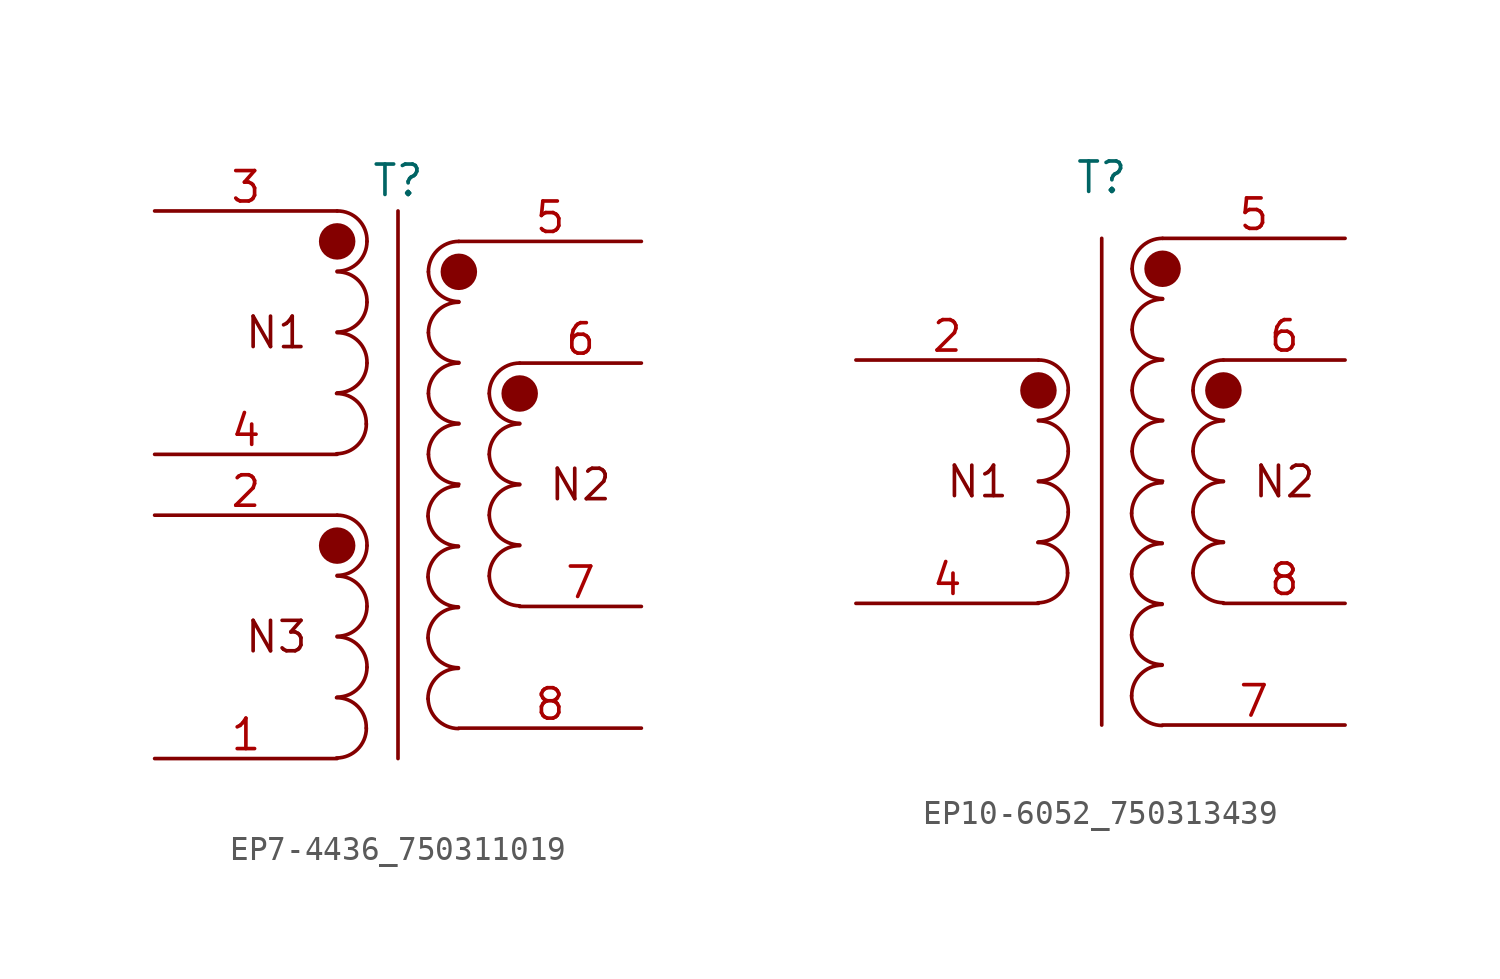
<source format=kicad_sym>
(kicad_symbol_lib
  (version 20220914)
  (generator kicad_symbol_editor)
  (symbol "EP7-4436_750311019"
    (pin_names hide)
    (property "Reference" "T"
      (at 0 12.7 0)
      (effects (font (size 1.27 1.27))))
    (property "Critical Parameter" ""
      (at 0 -5.08 0)
      (effects (font (size 1.27 1.27))))
    (symbol "EP7-4436_750311019_0_1"
      (arc (start -2.5654 -11.4046) (mid -1.6855 -11.0399) (end -1.3208 -10.16) (stroke (width 0) (type default)) (fill (type none)))
      (arc (start -2.5654 1.2954) (mid -1.6855 1.6601) (end -1.3208 2.54) (stroke (width 0) (type default)) (fill (type none)))
      (arc (start -2.54 -8.8646) (mid -1.6596 -8.5004) (end -1.2954 -7.62) (stroke (width 0) (type default)) (fill (type none)))
      (arc (start -2.54 -6.3246) (mid -1.6596 -5.9604) (end -1.2954 -5.08) (stroke (width 0) (type default)) (fill (type none)))
      (arc (start -2.54 -3.7846) (mid -1.6596 -3.4204) (end -1.2954 -2.54) (stroke (width 0) (type default)) (fill (type none)))
      (arc (start -2.54 3.8354) (mid -1.6596 4.1996) (end -1.2954 5.08) (stroke (width 0) (type default)) (fill (type none)))
      (arc (start -2.54 6.3754) (mid -1.6596 6.7396) (end -1.2954 7.62) (stroke (width 0) (type default)) (fill (type none)))
      (arc (start -2.54 8.9154) (mid -1.6596 9.2796) (end -1.2954 10.16) (stroke (width 0) (type default)) (fill (type none)))
      (arc (start -1.3208 -10.16) (mid -1.6712 -9.2586) (end -2.5654 -8.89) (stroke (width 0) (type default)) (fill (type none)))
      (arc (start -1.3208 2.54) (mid -1.6712 3.4414) (end -2.5654 3.81) (stroke (width 0) (type default)) (fill (type none)))
      (arc (start -1.2954 -7.62) (mid -1.6455 -6.7183) (end -2.54 -6.35) (stroke (width 0) (type default)) (fill (type none)))
      (arc (start -1.2954 -5.08) (mid -1.6455 -4.1783) (end -2.54 -3.81) (stroke (width 0) (type default)) (fill (type none)))
      (arc (start -1.2954 -2.54) (mid -1.6455 -1.6383) (end -2.54 -1.27) (stroke (width 0) (type default)) (fill (type none)))
      (arc (start -1.2954 5.08) (mid -1.6455 5.9817) (end -2.54 6.35) (stroke (width 0) (type default)) (fill (type none)))
      (arc (start -1.2954 7.62) (mid -1.6455 8.5217) (end -2.54 8.89) (stroke (width 0) (type default)) (fill (type none)))
      (arc (start -1.2954 10.16) (mid -1.6455 11.0617) (end -2.54 11.43) (stroke (width 0) (type default)) (fill (type none)))
      (polyline (pts (xy 0 11.43) (xy 0 -11.43)) (stroke (width 0) (type default)) (fill (type none)))
      (arc (start 1.2515 -8.9345) (mid 1.6376 -9.8108) (end 2.5215 -10.1791) (stroke (width 0) (type default)) (fill (type none)))
      (arc (start 1.2515 -6.3945) (mid 1.6376 -7.2708) (end 2.5215 -7.6391) (stroke (width 0) (type default)) (fill (type none)))
      (arc (start 1.2515 -3.8545) (mid 1.6376 -4.7308) (end 2.5215 -5.0991) (stroke (width 0) (type default)) (fill (type none)))
      (arc (start 1.2515 -1.3145) (mid 1.6376 -2.1908) (end 2.5215 -2.5591) (stroke (width 0) (type default)) (fill (type none)))
      (arc (start 1.27 1.27) (mid 1.6561 0.3937) (end 2.54 0.0254) (stroke (width 0) (type default)) (fill (type none)))
      (arc (start 1.27 3.81) (mid 1.6561 2.9337) (end 2.54 2.5654) (stroke (width 0) (type default)) (fill (type none)))
      (arc (start 1.27 6.35) (mid 1.6561 5.4737) (end 2.54 5.1054) (stroke (width 0) (type default)) (fill (type none)))
      (arc (start 1.27 8.89) (mid 1.6561 8.0137) (end 2.54 7.6454) (stroke (width 0) (type default)) (fill (type none)))
      (arc (start 2.5215 -7.6645) (mid 1.6235 -8.0365) (end 1.2515 -8.9345) (stroke (width 0) (type default)) (fill (type none)))
      (arc (start 2.5215 -5.1245) (mid 1.6235 -5.4965) (end 1.2515 -6.3945) (stroke (width 0) (type default)) (fill (type none)))
      (arc (start 2.5215 -2.5845) (mid 1.6235 -2.9565) (end 1.2515 -3.8545) (stroke (width 0) (type default)) (fill (type none)))
      (arc (start 2.5215 -0.0445) (mid 1.6235 -0.4165) (end 1.2515 -1.3145) (stroke (width 0) (type default)) (fill (type none)))
      (arc (start 2.54 2.54) (mid 1.642 2.168) (end 1.27 1.27) (stroke (width 0) (type default)) (fill (type none)))
      (arc (start 2.54 5.08) (mid 1.642 4.708) (end 1.27 3.81) (stroke (width 0) (type default)) (fill (type none)))
      (arc (start 2.54 7.62) (mid 1.642 7.248) (end 1.27 6.35) (stroke (width 0) (type default)) (fill (type none)))
      (arc (start 2.54 10.16) (mid 1.642 9.788) (end 1.27 8.89) (stroke (width 0) (type default)) (fill (type none)))
      (arc (start 3.81 -3.81) (mid 4.1961 -4.6863) (end 5.08 -5.0546) (stroke (width 0) (type default)) (fill (type none)))
      (arc (start 3.81 -1.27) (mid 4.1961 -2.1463) (end 5.08 -2.5146) (stroke (width 0) (type default)) (fill (type none)))
      (arc (start 3.81 1.27) (mid 4.1961 0.3937) (end 5.08 0.0254) (stroke (width 0) (type default)) (fill (type none)))
      (arc (start 3.81 3.81) (mid 4.1961 2.9337) (end 5.08 2.5654) (stroke (width 0) (type default)) (fill (type none)))
      (arc (start 5.08 -2.54) (mid 4.182 -2.912) (end 3.81 -3.81) (stroke (width 0) (type default)) (fill (type none)))
      (arc (start 5.08 0) (mid 4.182 -0.372) (end 3.81 -1.27) (stroke (width 0) (type default)) (fill (type none)))
      (arc (start 5.08 2.54) (mid 4.182 2.168) (end 3.81 1.27) (stroke (width 0) (type default)) (fill (type none)))
      (arc (start 5.08 5.08) (mid 4.182 4.708) (end 3.81 3.81) (stroke (width 0) (type default)) (fill (type none))))
    (symbol "EP7-4436_750311019_1_1"
      (circle (center -2.54 -2.54) (radius 0.0001) (stroke (width 0.762) (type default)) (fill (type none)))
      (circle (center -2.54 10.16) (radius 0.0001) (stroke (width 0.762) (type default)) (fill (type none)))
      (circle (center 2.54 8.89) (radius 0.0001) (stroke (width 0.762) (type default)) (fill (type none)))
      (circle (center 5.08 3.81) (radius 0.0001) (stroke (width 0.762) (type default)) (fill (type none)))
      (text "N1" (at -5.08 6.35 0) (effects (font (size 1.27 1.27))))
      (text "N2" (at 7.62 0 0) (effects (font (size 1.27 1.27))))
      (text "N3" (at -5.08 -6.35 0) (effects (font (size 1.27 1.27))))
      (pin passive line (at -10.16 -11.43 0) (length 7.62) (name "1" (effects (font (size 1.27 1.27)))) (number "1" (effects (font (size 1.27 1.27)))))
      (pin passive line (at -10.16 -1.27 0) (length 7.62) (name "2" (effects (font (size 1.27 1.27)))) (number "2" (effects (font (size 1.27 1.27)))))
      (pin passive line (at -10.16 11.43 0) (length 7.62) (name "3" (effects (font (size 1.27 1.27)))) (number "3" (effects (font (size 1.27 1.27)))))
      (pin passive line (at -10.16 1.27 0) (length 7.62) (name "4" (effects (font (size 1.27 1.27)))) (number "4" (effects (font (size 1.27 1.27)))))
      (pin passive line (at 10.16 10.16 180) (length 7.62) (name "5" (effects (font (size 1.27 1.27)))) (number "5" (effects (font (size 1.27 1.27)))))
      (pin passive line (at 10.16 5.08 180) (length 5.08) (name "6" (effects (font (size 1.27 1.27)))) (number "6" (effects (font (size 1.27 1.27)))))
      (pin passive line (at 10.16 -5.08 180) (length 5.08) (name "7" (effects (font (size 1.27 1.27)))) (number "7" (effects (font (size 1.27 1.27)))))
      (pin passive line (at 10.16 -10.16 180) (length 7.62) (name "8" (effects (font (size 1.27 1.27)))) (number "8" (effects (font (size 1.27 1.27)))))))
  (symbol "EP10-6052_750313439"
    (pin_names hide)
    (property "Reference" "T"
      (at 0 12.7 0)
      (effects (font (size 1.27 1.27))))
    (property "Critical Parameter" ""
      (at 0 -5.08 0)
      (effects (font (size 1.27 1.27))))
    (symbol "EP10-6052_750313439_0_1"
      (arc (start -2.667 -5.0546) (mid -1.7871 -4.6899) (end -1.4224 -3.81) (stroke (width 0) (type default)) (fill (type none)))
      (arc (start -2.6416 -2.5146) (mid -1.7611 -2.1503) (end -1.397 -1.27) (stroke (width 0) (type default)) (fill (type none)))
      (arc (start -2.6416 0.0254) (mid -1.7611 0.3897) (end -1.397 1.27) (stroke (width 0) (type default)) (fill (type none)))
      (arc (start -2.6416 2.5654) (mid -1.7611 2.9297) (end -1.397 3.81) (stroke (width 0) (type default)) (fill (type none)))
      (arc (start -1.4224 -3.81) (mid -1.7727 -2.9087) (end -2.667 -2.54) (stroke (width 0) (type default)) (fill (type none)))
      (arc (start -1.397 -1.27) (mid -1.7472 -0.3682) (end -2.6416 0) (stroke (width 0) (type default)) (fill (type none)))
      (arc (start -1.397 1.27) (mid -1.7472 2.1718) (end -2.6416 2.54) (stroke (width 0) (type default)) (fill (type none)))
      (arc (start -1.397 3.81) (mid -1.7472 4.7118) (end -2.6416 5.08) (stroke (width 0) (type default)) (fill (type none)))
      (polyline (pts (xy 0 10.16) (xy 0 -10.16)) (stroke (width 0) (type default)) (fill (type none)))
      (arc (start 1.2515 -8.9345) (mid 1.6376 -9.8108) (end 2.5215 -10.1791) (stroke (width 0) (type default)) (fill (type none)))
      (arc (start 1.2515 -6.3945) (mid 1.6376 -7.2708) (end 2.5215 -7.6391) (stroke (width 0) (type default)) (fill (type none)))
      (arc (start 1.2515 -3.8545) (mid 1.6376 -4.7308) (end 2.5215 -5.0991) (stroke (width 0) (type default)) (fill (type none)))
      (arc (start 1.2515 -1.3145) (mid 1.6376 -2.1908) (end 2.5215 -2.5591) (stroke (width 0) (type default)) (fill (type none)))
      (arc (start 1.27 1.27) (mid 1.6561 0.3937) (end 2.54 0.0254) (stroke (width 0) (type default)) (fill (type none)))
      (arc (start 1.27 3.81) (mid 1.6561 2.9337) (end 2.54 2.5654) (stroke (width 0) (type default)) (fill (type none)))
      (arc (start 1.27 6.35) (mid 1.6561 5.4737) (end 2.54 5.1054) (stroke (width 0) (type default)) (fill (type none)))
      (arc (start 1.27 8.89) (mid 1.6561 8.0137) (end 2.54 7.6454) (stroke (width 0) (type default)) (fill (type none)))
      (arc (start 2.5215 -7.6645) (mid 1.6235 -8.0365) (end 1.2515 -8.9345) (stroke (width 0) (type default)) (fill (type none)))
      (arc (start 2.5215 -5.1245) (mid 1.6235 -5.4965) (end 1.2515 -6.3945) (stroke (width 0) (type default)) (fill (type none)))
      (arc (start 2.5215 -2.5845) (mid 1.6235 -2.9565) (end 1.2515 -3.8545) (stroke (width 0) (type default)) (fill (type none)))
      (arc (start 2.5215 -0.0445) (mid 1.6235 -0.4165) (end 1.2515 -1.3145) (stroke (width 0) (type default)) (fill (type none)))
      (arc (start 2.54 2.54) (mid 1.642 2.168) (end 1.27 1.27) (stroke (width 0) (type default)) (fill (type none)))
      (arc (start 2.54 5.08) (mid 1.642 4.708) (end 1.27 3.81) (stroke (width 0) (type default)) (fill (type none)))
      (arc (start 2.54 7.62) (mid 1.642 7.248) (end 1.27 6.35) (stroke (width 0) (type default)) (fill (type none)))
      (arc (start 2.54 10.16) (mid 1.642 9.788) (end 1.27 8.89) (stroke (width 0) (type default)) (fill (type none)))
      (arc (start 3.81 -3.81) (mid 4.1961 -4.6863) (end 5.08 -5.0546) (stroke (width 0) (type default)) (fill (type none)))
      (arc (start 3.81 -1.27) (mid 4.1961 -2.1463) (end 5.08 -2.5146) (stroke (width 0) (type default)) (fill (type none)))
      (arc (start 3.81 1.27) (mid 4.1961 0.3937) (end 5.08 0.0254) (stroke (width 0) (type default)) (fill (type none)))
      (arc (start 3.81 3.81) (mid 4.1961 2.9337) (end 5.08 2.5654) (stroke (width 0) (type default)) (fill (type none)))
      (arc (start 5.08 -2.54) (mid 4.182 -2.912) (end 3.81 -3.81) (stroke (width 0) (type default)) (fill (type none)))
      (arc (start 5.08 0) (mid 4.182 -0.372) (end 3.81 -1.27) (stroke (width 0) (type default)) (fill (type none)))
      (arc (start 5.08 2.54) (mid 4.182 2.168) (end 3.81 1.27) (stroke (width 0) (type default)) (fill (type none)))
      (arc (start 5.08 5.08) (mid 4.182 4.708) (end 3.81 3.81) (stroke (width 0) (type default)) (fill (type none))))
    (symbol "EP10-6052_750313439_1_1"
      (circle (center -2.642 3.81) (radius 0.0001) (stroke (width 0.762) (type default)) (fill (type none)))
      (circle (center 2.54 8.89) (radius 0.0001) (stroke (width 0.762) (type default)) (fill (type none)))
      (circle (center 5.08 3.81) (radius 0.0001) (stroke (width 0.762) (type default)) (fill (type none)))
      (text "N1" (at -5.182 0 0) (effects (font (size 1.27 1.27))))
      (text "N2" (at 7.62 0 0) (effects (font (size 1.27 1.27))))
      (pin passive line (at -10.262 5.08 0) (length 7.62) (name "2" (effects (font (size 1.27 1.27)))) (number "2" (effects (font (size 1.27 1.27)))))
      (pin passive line (at -10.262 -5.08 0) (length 7.62) (name "4" (effects (font (size 1.27 1.27)))) (number "4" (effects (font (size 1.27 1.27)))))
      (pin passive line (at 10.16 10.16 180) (length 7.62) (name "5" (effects (font (size 1.27 1.27)))) (number "5" (effects (font (size 1.27 1.27)))))
      (pin passive line (at 10.16 5.08 180) (length 5.08) (name "6" (effects (font (size 1.27 1.27)))) (number "6" (effects (font (size 1.27 1.27)))))
      (pin passive line (at 10.16 -10.16 180) (length 7.62) (name "7" (effects (font (size 1.27 1.27)))) (number "7" (effects (font (size 1.27 1.27)))))
      (pin passive line (at 10.16 -5.08 180) (length 5.08) (name "8" (effects (font (size 1.27 1.27)))) (number "8" (effects (font (size 1.27 1.27))))))))
</source>
